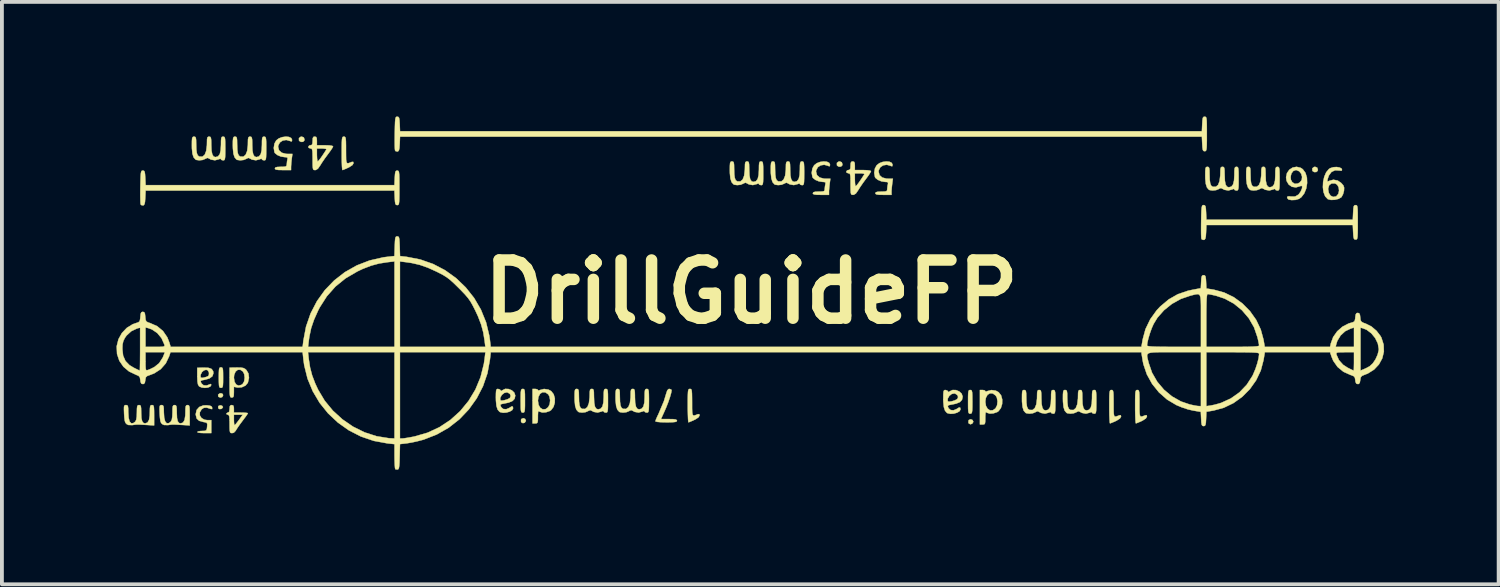
<source format=kicad_pcb>
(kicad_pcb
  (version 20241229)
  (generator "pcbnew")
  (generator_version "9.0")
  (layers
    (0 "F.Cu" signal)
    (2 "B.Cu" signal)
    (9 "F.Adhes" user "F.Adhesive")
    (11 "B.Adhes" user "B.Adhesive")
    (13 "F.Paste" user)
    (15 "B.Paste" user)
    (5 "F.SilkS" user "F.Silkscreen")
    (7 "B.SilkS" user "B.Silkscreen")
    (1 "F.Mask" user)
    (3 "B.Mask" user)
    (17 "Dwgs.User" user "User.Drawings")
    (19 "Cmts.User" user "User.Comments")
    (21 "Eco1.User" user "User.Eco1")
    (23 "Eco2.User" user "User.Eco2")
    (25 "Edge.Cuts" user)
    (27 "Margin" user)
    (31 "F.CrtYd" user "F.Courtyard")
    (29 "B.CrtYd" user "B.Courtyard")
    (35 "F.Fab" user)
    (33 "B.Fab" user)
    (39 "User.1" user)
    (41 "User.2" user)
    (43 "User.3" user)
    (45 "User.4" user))
  (footprint "DrillGuideFP"
    (layer "F.Cu")
    (at 16.62 4.591)
    (property "Reference" "DrillGuideFP" (at 0 0 0) (layer "F.SilkS") (effects (font (size 1.524 1.524) (thickness 0.3))))
    (attr through_hole)
    (fp_poly (pts (xy -13.857 2.981) (xy -13.834 3.013) (xy -13.836 3.027) (xy -13.871 3.063) (xy -13.922 3.069) (xy -13.956 3.047) (xy -13.958 3.001) (xy -13.947 2.985) (xy -13.903 2.969) (xy -13.857 2.981)) (stroke (width 0.01) (type solid)) (fill yes) (layer "F.SilkS"))
    (fp_poly (pts (xy -13.838 2.674) (xy -13.829 2.709) (xy -13.851 2.752) (xy -13.898 2.768) (xy -13.946 2.75) (xy -13.956 2.738) (xy -13.96 2.691) (xy -13.921 2.659) (xy -13.884 2.653) (xy -13.838 2.674)) (stroke (width 0.01) (type solid)) (fill yes) (layer "F.SilkS"))
    (fp_poly (pts (xy -11.716 -4.042) (xy -11.699 -3.987) (xy -11.705 -3.958) (xy -11.739 -3.928) (xy -11.793 -3.927) (xy -11.837 -3.953) (xy -11.843 -3.964) (xy -11.844 -4.025) (xy -11.799 -4.06) (xy -11.77 -4.064) (xy -11.716 -4.042)) (stroke (width 0.01) (type solid)) (fill yes) (layer "F.SilkS"))
    (fp_poly (pts (xy -5.923 3.326) (xy -5.903 3.37) (xy -5.904 3.379) (xy -5.933 3.424) (xy -5.981 3.437) (xy -6.022 3.414) (xy -6.029 3.401) (xy -6.03 3.346) (xy -6.017 3.325) (xy -5.969 3.306) (xy -5.923 3.326)) (stroke (width 0.01) (type solid)) (fill yes) (layer "F.SilkS"))
    (fp_poly (pts (xy 2.367 -3.393) (xy 2.384 -3.338) (xy 2.378 -3.309) (xy 2.344 -3.279) (xy 2.29 -3.278) (xy 2.246 -3.304) (xy 2.24 -3.315) (xy 2.239 -3.376) (xy 2.284 -3.411) (xy 2.313 -3.415) (xy 2.367 -3.393)) (stroke (width 0.01) (type solid)) (fill yes) (layer "F.SilkS"))
    (fp_poly (pts (xy 5.79 3.354) (xy 5.81 3.398) (xy 5.808 3.407) (xy 5.779 3.452) (xy 5.732 3.466) (xy 5.69 3.442) (xy 5.683 3.429) (xy 5.683 3.374) (xy 5.695 3.353) (xy 5.743 3.335) (xy 5.79 3.354)) (stroke (width 0.01) (type solid)) (fill yes) (layer "F.SilkS"))
    (fp_poly (pts (xy 14.813 -3.252) (xy 14.83 -3.196) (xy 14.824 -3.168) (xy 14.79 -3.138) (xy 14.736 -3.136) (xy 14.692 -3.163) (xy 14.686 -3.174) (xy 14.685 -3.235) (xy 14.73 -3.27) (xy 14.759 -3.274) (xy 14.813 -3.252)) (stroke (width 0.01) (type solid)) (fill yes) (layer "F.SilkS"))
    (fp_poly (pts (xy -13.859 1.98) (xy -13.843 1.999) (xy -13.833 2.043) (xy -13.83 2.124) (xy -13.829 2.244) (xy -13.83 2.368) (xy -13.834 2.447) (xy -13.843 2.49) (xy -13.86 2.508) (xy -13.885 2.512) (xy -13.912 2.508) (xy -13.928 2.489) (xy -13.937 2.444) (xy -13.941 2.363) (xy -13.942 2.244) (xy -13.941 2.119) (xy -13.937 2.04) (xy -13.927 1.997) (xy -13.911 1.979) (xy -13.885 1.976) (xy -13.859 1.98)) (stroke (width 0.01) (type solid)) (fill yes) (layer "F.SilkS"))
    (fp_poly (pts (xy -5.958 2.544) (xy -5.942 2.561) (xy -5.933 2.601) (xy -5.928 2.675) (xy -5.927 2.792) (xy -5.927 2.85) (xy -5.927 2.986) (xy -5.93 3.075) (xy -5.938 3.128) (xy -5.951 3.153) (xy -5.972 3.161) (xy -5.983 3.161) (xy -6.008 3.157) (xy -6.024 3.14) (xy -6.034 3.099) (xy -6.038 3.026) (xy -6.039 2.909) (xy -6.04 2.85) (xy -6.039 2.715) (xy -6.036 2.625) (xy -6.028 2.573) (xy -6.015 2.548) (xy -5.994 2.54) (xy -5.983 2.54) (xy -5.958 2.544)) (stroke (width 0.01) (type solid)) (fill yes) (layer "F.SilkS"))
    (fp_poly (pts (xy 5.754 2.572) (xy 5.77 2.589) (xy 5.78 2.63) (xy 5.784 2.703) (xy 5.785 2.82) (xy 5.786 2.879) (xy 5.785 3.015) (xy 5.782 3.104) (xy 5.774 3.156) (xy 5.761 3.181) (xy 5.74 3.189) (xy 5.729 3.189) (xy 5.704 3.186) (xy 5.688 3.168) (xy 5.679 3.128) (xy 5.674 3.054) (xy 5.673 2.937) (xy 5.673 2.879) (xy 5.673 2.743) (xy 5.676 2.654) (xy 5.684 2.601) (xy 5.697 2.576) (xy 5.718 2.569) (xy 5.729 2.568) (xy 5.754 2.572)) (stroke (width 0.01) (type solid)) (fill yes) (layer "F.SilkS"))
    (fp_poly (pts (xy -2.099 2.556) (xy -2.088 2.577) (xy -2.1 2.646) (xy -2.13 2.752) (xy -2.174 2.881) (xy -2.228 3.02) (xy -2.272 3.121) (xy -2.367 3.33) (xy -2.157 3.33) (xy -2.046 3.332) (xy -1.981 3.341) (xy -1.952 3.357) (xy -1.947 3.373) (xy -1.957 3.392) (xy -1.991 3.405) (xy -2.059 3.412) (xy -2.171 3.415) (xy -2.23 3.415) (xy -2.366 3.412) (xy -2.46 3.404) (xy -2.508 3.392) (xy -2.512 3.386) (xy -2.5 3.347) (xy -2.469 3.275) (xy -2.431 3.195) (xy -2.29 2.862) (xy -2.229 2.66) (xy -2.202 2.579) (xy -2.167 2.544) (xy -2.144 2.54) (xy -2.099 2.556)) (stroke (width 0.01) (type solid)) (fill yes) (layer "F.SilkS"))
    (fp_poly (pts (xy -10.645 -4.061) (xy -10.629 -4.045) (xy -10.619 -4.008) (xy -10.614 -3.94) (xy -10.612 -3.832) (xy -10.612 -3.708) (xy -10.611 -3.558) (xy -10.609 -3.456) (xy -10.599 -3.396) (xy -10.58 -3.369) (xy -10.547 -3.369) (xy -10.497 -3.387) (xy -10.463 -3.401) (xy -10.424 -3.404) (xy -10.415 -3.369) (xy -10.444 -3.319) (xy -10.527 -3.265) (xy -10.552 -3.253) (xy -10.631 -3.217) (xy -10.689 -3.194) (xy -10.706 -3.189) (xy -10.712 -3.216) (xy -10.718 -3.289) (xy -10.722 -3.4) (xy -10.724 -3.538) (xy -10.724 -3.627) (xy -10.724 -3.792) (xy -10.722 -3.91) (xy -10.718 -3.988) (xy -10.71 -4.034) (xy -10.698 -4.056) (xy -10.68 -4.063) (xy -10.668 -4.064) (xy -10.645 -4.061)) (stroke (width 0.01) (type solid)) (fill yes) (layer "F.SilkS"))
    (fp_poly (pts (xy -1.585 2.543) (xy -1.569 2.559) (xy -1.56 2.596) (xy -1.555 2.664) (xy -1.553 2.772) (xy -1.552 2.896) (xy -1.552 3.046) (xy -1.549 3.148) (xy -1.54 3.208) (xy -1.521 3.235) (xy -1.488 3.235) (xy -1.437 3.217) (xy -1.404 3.203) (xy -1.365 3.2) (xy -1.356 3.235) (xy -1.385 3.285) (xy -1.467 3.339) (xy -1.493 3.351) (xy -1.572 3.387) (xy -1.629 3.41) (xy -1.647 3.415) (xy -1.653 3.388) (xy -1.658 3.315) (xy -1.662 3.204) (xy -1.665 3.066) (xy -1.665 2.977) (xy -1.665 2.812) (xy -1.663 2.694) (xy -1.659 2.616) (xy -1.651 2.57) (xy -1.639 2.548) (xy -1.621 2.541) (xy -1.609 2.54) (xy -1.585 2.543)) (stroke (width 0.01) (type solid)) (fill yes) (layer "F.SilkS"))
    (fp_poly (pts (xy 9.45 2.571) (xy 9.465 2.587) (xy 9.475 2.624) (xy 9.48 2.692) (xy 9.482 2.8) (xy 9.483 2.924) (xy 9.483 3.075) (xy 9.486 3.176) (xy 9.495 3.236) (xy 9.514 3.263) (xy 9.547 3.264) (xy 9.598 3.245) (xy 9.631 3.232) (xy 9.67 3.228) (xy 9.679 3.264) (xy 9.65 3.313) (xy 9.568 3.367) (xy 9.542 3.38) (xy 9.463 3.415) (xy 9.405 3.438) (xy 9.388 3.443) (xy 9.382 3.416) (xy 9.377 3.343) (xy 9.372 3.232) (xy 9.37 3.094) (xy 9.37 3.006) (xy 9.37 2.84) (xy 9.372 2.722) (xy 9.376 2.645) (xy 9.384 2.599) (xy 9.396 2.576) (xy 9.414 2.569) (xy 9.426 2.568) (xy 9.45 2.571)) (stroke (width 0.01) (type solid)) (fill yes) (layer "F.SilkS"))
    (fp_poly (pts (xy 10.127 2.571) (xy 10.143 2.587) (xy 10.153 2.624) (xy 10.158 2.692) (xy 10.16 2.8) (xy 10.16 2.924) (xy 10.16 3.075) (xy 10.163 3.176) (xy 10.172 3.236) (xy 10.192 3.263) (xy 10.225 3.264) (xy 10.275 3.245) (xy 10.308 3.232) (xy 10.348 3.228) (xy 10.356 3.264) (xy 10.328 3.313) (xy 10.245 3.367) (xy 10.22 3.38) (xy 10.14 3.415) (xy 10.083 3.438) (xy 10.066 3.443) (xy 10.059 3.416) (xy 10.054 3.343) (xy 10.05 3.232) (xy 10.047 3.094) (xy 10.047 3.006) (xy 10.047 2.84) (xy 10.049 2.722) (xy 10.053 2.645) (xy 10.061 2.599) (xy 10.074 2.576) (xy 10.092 2.569) (xy 10.104 2.568) (xy 10.127 2.571)) (stroke (width 0.01) (type solid)) (fill yes) (layer "F.SilkS"))
    (fp_poly (pts (xy -14.171 2.98) (xy -14.128 3.003) (xy -14.116 3.031) (xy -14.117 3.069) (xy -14.153 3.064) (xy -14.158 3.063) (xy -14.259 3.03) (xy -14.333 3.035) (xy -14.391 3.073) (xy -14.439 3.153) (xy -14.439 3.233) (xy -14.397 3.301) (xy -14.318 3.347) (xy -14.238 3.358) (xy -14.139 3.358) (xy -14.139 3.697) (xy -14.323 3.697) (xy -14.419 3.693) (xy -14.484 3.683) (xy -14.506 3.669) (xy -14.481 3.652) (xy -14.417 3.642) (xy -14.382 3.641) (xy -14.305 3.638) (xy -14.268 3.622) (xy -14.253 3.578) (xy -14.248 3.531) (xy -14.244 3.459) (xy -14.261 3.426) (xy -14.313 3.411) (xy -14.347 3.406) (xy -14.457 3.375) (xy -14.521 3.315) (xy -14.545 3.219) (xy -14.546 3.2) (xy -14.522 3.091) (xy -14.454 3.014) (xy -14.349 2.973) (xy -14.256 2.969) (xy -14.171 2.98)) (stroke (width 0.01) (type solid)) (fill yes) (layer "F.SilkS"))
    (fp_poly (pts (xy -13.368 1.982) (xy -13.3 1.993) (xy -13.251 2.018) (xy -13.22 2.046) (xy -13.166 2.137) (xy -13.152 2.252) (xy -13.18 2.373) (xy -13.183 2.382) (xy -13.244 2.453) (xy -13.338 2.497) (xy -13.446 2.505) (xy -13.462 2.502) (xy -13.547 2.485) (xy -13.547 2.625) (xy -13.55 2.71) (xy -13.562 2.752) (xy -13.59 2.765) (xy -13.603 2.766) (xy -13.626 2.763) (xy -13.641 2.748) (xy -13.651 2.713) (xy -13.657 2.649) (xy -13.659 2.547) (xy -13.66 2.398) (xy -13.66 2.375) (xy -13.66 2.246) (xy -13.547 2.246) (xy -13.53 2.354) (xy -13.487 2.426) (xy -13.424 2.454) (xy -13.35 2.434) (xy -13.316 2.409) (xy -13.278 2.342) (xy -13.264 2.249) (xy -13.276 2.154) (xy -13.311 2.084) (xy -13.38 2.038) (xy -13.446 2.041) (xy -13.503 2.087) (xy -13.539 2.17) (xy -13.547 2.246) (xy -13.66 2.246) (xy -13.66 1.984) (xy -13.474 1.981) (xy -13.368 1.982)) (stroke (width 0.01) (type solid)) (fill yes) (layer "F.SilkS"))
    (fp_poly (pts (xy -14.21 1.989) (xy -14.129 2.019) (xy -14.09 2.076) (xy -14.083 2.128) (xy -14.109 2.208) (xy -14.186 2.266) (xy -14.302 2.3) (xy -14.381 2.314) (xy -14.414 2.331) (xy -14.412 2.362) (xy -14.392 2.401) (xy -14.339 2.446) (xy -14.26 2.451) (xy -14.194 2.426) (xy -14.151 2.411) (xy -14.139 2.436) (xy -14.139 2.437) (xy -14.164 2.478) (xy -14.225 2.504) (xy -14.306 2.513) (xy -14.388 2.504) (xy -14.453 2.476) (xy -14.462 2.467) (xy -14.487 2.423) (xy -14.501 2.346) (xy -14.506 2.224) (xy -14.506 2.21) (xy -14.422 2.21) (xy -14.413 2.244) (xy -14.377 2.251) (xy -14.33 2.243) (xy -14.26 2.223) (xy -14.216 2.202) (xy -14.215 2.202) (xy -14.2 2.159) (xy -14.2 2.113) (xy -14.227 2.056) (xy -14.274 2.039) (xy -14.33 2.055) (xy -14.381 2.098) (xy -14.415 2.163) (xy -14.422 2.21) (xy -14.506 2.21) (xy -14.506 2.205) (xy -14.506 1.988) (xy -14.338 1.983) (xy -14.21 1.989)) (stroke (width 0.01) (type solid)) (fill yes) (layer "F.SilkS"))
    (fp_poly (pts (xy -5.606 2.55) (xy -5.588 2.569) (xy -5.571 2.584) (xy -5.533 2.569) (xy -5.427 2.541) (xy -5.314 2.558) (xy -5.24 2.598) (xy -5.176 2.68) (xy -5.145 2.788) (xy -5.147 2.904) (xy -5.18 3.012) (xy -5.243 3.095) (xy -5.277 3.118) (xy -5.375 3.152) (xy -5.47 3.158) (xy -5.542 3.137) (xy -5.554 3.127) (xy -5.573 3.12) (xy -5.584 3.152) (xy -5.588 3.23) (xy -5.588 3.268) (xy -5.589 3.364) (xy -5.597 3.416) (xy -5.616 3.438) (xy -5.652 3.443) (xy -5.659 3.443) (xy -5.729 3.443) (xy -5.729 2.846) (xy -5.588 2.846) (xy -5.571 2.957) (xy -5.527 3.035) (xy -5.463 3.075) (xy -5.39 3.071) (xy -5.321 3.021) (xy -5.279 2.94) (xy -5.268 2.837) (xy -5.286 2.738) (xy -5.318 2.683) (xy -5.393 2.63) (xy -5.467 2.627) (xy -5.531 2.668) (xy -5.574 2.748) (xy -5.588 2.846) (xy -5.729 2.846) (xy -5.729 2.54) (xy -5.659 2.54) (xy -5.606 2.55)) (stroke (width 0.01) (type solid)) (fill yes) (layer "F.SilkS"))
    (fp_poly (pts (xy 6.107 2.578) (xy 6.124 2.597) (xy 6.141 2.612) (xy 6.179 2.597) (xy 6.285 2.57) (xy 6.398 2.586) (xy 6.472 2.626) (xy 6.537 2.708) (xy 6.567 2.816) (xy 6.565 2.933) (xy 6.532 3.041) (xy 6.469 3.124) (xy 6.435 3.147) (xy 6.338 3.18) (xy 6.242 3.187) (xy 6.17 3.165) (xy 6.158 3.155) (xy 6.139 3.148) (xy 6.129 3.18) (xy 6.124 3.258) (xy 6.124 3.296) (xy 6.123 3.392) (xy 6.115 3.445) (xy 6.096 3.467) (xy 6.06 3.471) (xy 6.054 3.471) (xy 5.983 3.471) (xy 5.983 2.874) (xy 6.124 2.874) (xy 6.141 2.985) (xy 6.186 3.063) (xy 6.249 3.103) (xy 6.322 3.099) (xy 6.392 3.049) (xy 6.433 2.968) (xy 6.444 2.865) (xy 6.426 2.766) (xy 6.394 2.712) (xy 6.319 2.658) (xy 6.245 2.655) (xy 6.181 2.696) (xy 6.138 2.776) (xy 6.124 2.874) (xy 5.983 2.874) (xy 5.983 2.568) (xy 6.054 2.568) (xy 6.107 2.578)) (stroke (width 0.01) (type solid)) (fill yes) (layer "F.SilkS"))
    (fp_poly (pts (xy -13.564 2.974) (xy -13.549 3.018) (xy -13.547 3.062) (xy -13.547 3.161) (xy -13.363 3.161) (xy -13.27 3.163) (xy -13.204 3.169) (xy -13.18 3.176) (xy -13.196 3.204) (xy -13.238 3.265) (xy -13.3 3.348) (xy -13.324 3.38) (xy -13.395 3.475) (xy -13.455 3.562) (xy -13.493 3.623) (xy -13.498 3.633) (xy -13.549 3.687) (xy -13.594 3.697) (xy -13.626 3.694) (xy -13.645 3.679) (xy -13.655 3.639) (xy -13.659 3.564) (xy -13.66 3.457) (xy -13.661 3.337) (xy -13.668 3.264) (xy -13.681 3.227) (xy -13.702 3.217) (xy -13.547 3.217) (xy -13.547 3.36) (xy -13.543 3.438) (xy -13.533 3.484) (xy -13.525 3.489) (xy -13.498 3.461) (xy -13.45 3.4) (xy -13.41 3.347) (xy -13.317 3.217) (xy -13.547 3.217) (xy -13.702 3.217) (xy -13.739 3.202) (xy -13.744 3.189) (xy -13.721 3.164) (xy -13.702 3.161) (xy -13.671 3.139) (xy -13.66 3.071) (xy -13.66 3.062) (xy -13.653 2.994) (xy -13.629 2.967) (xy -13.603 2.963) (xy -13.564 2.974)) (stroke (width 0.01) (type solid)) (fill yes) (layer "F.SilkS"))
    (fp_poly (pts (xy -12.105 -4.056) (xy -12.045 -4.026) (xy -12.023 -3.978) (xy -12.031 -3.939) (xy -12.064 -3.944) (xy -12.077 -3.95) (xy -12.175 -3.977) (xy -12.268 -3.962) (xy -12.343 -3.912) (xy -12.385 -3.834) (xy -12.39 -3.796) (xy -12.365 -3.706) (xy -12.295 -3.643) (xy -12.186 -3.614) (xy -12.146 -3.612) (xy -12.015 -3.612) (xy -12.033 -3.482) (xy -12.044 -3.382) (xy -12.05 -3.292) (xy -12.051 -3.27) (xy -12.051 -3.189) (xy -12.263 -3.189) (xy -12.374 -3.191) (xy -12.44 -3.199) (xy -12.469 -3.215) (xy -12.474 -3.231) (xy -12.46 -3.257) (xy -12.411 -3.27) (xy -12.319 -3.274) (xy -12.23 -3.276) (xy -12.183 -3.286) (xy -12.166 -3.31) (xy -12.163 -3.337) (xy -12.155 -3.419) (xy -12.146 -3.464) (xy -12.141 -3.508) (xy -12.169 -3.525) (xy -12.218 -3.528) (xy -12.316 -3.543) (xy -12.407 -3.581) (xy -12.471 -3.632) (xy -12.485 -3.656) (xy -12.503 -3.767) (xy -12.485 -3.881) (xy -12.439 -3.965) (xy -12.37 -4.018) (xy -12.282 -4.051) (xy -12.188 -4.064) (xy -12.105 -4.056)) (stroke (width 0.01) (type solid)) (fill yes) (layer "F.SilkS"))
    (fp_poly (pts (xy 1.978 -3.407) (xy 2.038 -3.377) (xy 2.06 -3.329) (xy 2.052 -3.289) (xy 2.018 -3.294) (xy 2.006 -3.301) (xy 1.908 -3.328) (xy 1.814 -3.313) (xy 1.739 -3.263) (xy 1.698 -3.185) (xy 1.693 -3.147) (xy 1.718 -3.056) (xy 1.788 -2.994) (xy 1.897 -2.965) (xy 1.937 -2.963) (xy 2.068 -2.963) (xy 2.05 -2.832) (xy 2.039 -2.733) (xy 2.032 -2.643) (xy 2.032 -2.621) (xy 2.032 -2.54) (xy 1.82 -2.54) (xy 1.709 -2.542) (xy 1.643 -2.55) (xy 1.614 -2.566) (xy 1.609 -2.582) (xy 1.623 -2.608) (xy 1.672 -2.621) (xy 1.764 -2.625) (xy 1.853 -2.627) (xy 1.9 -2.637) (xy 1.917 -2.66) (xy 1.919 -2.688) (xy 1.928 -2.77) (xy 1.937 -2.815) (xy 1.942 -2.859) (xy 1.914 -2.876) (xy 1.865 -2.879) (xy 1.767 -2.894) (xy 1.676 -2.932) (xy 1.612 -2.983) (xy 1.598 -3.007) (xy 1.579 -3.118) (xy 1.598 -3.232) (xy 1.644 -3.315) (xy 1.713 -3.369) (xy 1.801 -3.402) (xy 1.894 -3.414) (xy 1.978 -3.407)) (stroke (width 0.01) (type solid)) (fill yes) (layer "F.SilkS"))
    (fp_poly (pts (xy 3.615 -3.407) (xy 3.675 -3.377) (xy 3.697 -3.329) (xy 3.689 -3.289) (xy 3.655 -3.294) (xy 3.643 -3.301) (xy 3.545 -3.328) (xy 3.451 -3.313) (xy 3.376 -3.263) (xy 3.334 -3.185) (xy 3.33 -3.147) (xy 3.355 -3.056) (xy 3.425 -2.994) (xy 3.534 -2.965) (xy 3.574 -2.963) (xy 3.705 -2.963) (xy 3.687 -2.832) (xy 3.676 -2.733) (xy 3.669 -2.643) (xy 3.669 -2.621) (xy 3.669 -2.54) (xy 3.457 -2.54) (xy 3.346 -2.542) (xy 3.28 -2.55) (xy 3.25 -2.566) (xy 3.246 -2.582) (xy 3.259 -2.608) (xy 3.308 -2.621) (xy 3.401 -2.625) (xy 3.49 -2.627) (xy 3.536 -2.637) (xy 3.554 -2.66) (xy 3.556 -2.688) (xy 3.564 -2.77) (xy 3.574 -2.815) (xy 3.579 -2.859) (xy 3.551 -2.876) (xy 3.501 -2.879) (xy 3.404 -2.894) (xy 3.313 -2.932) (xy 3.249 -2.983) (xy 3.235 -3.007) (xy 3.216 -3.118) (xy 3.235 -3.232) (xy 3.281 -3.315) (xy 3.35 -3.369) (xy 3.438 -3.402) (xy 3.531 -3.414) (xy 3.615 -3.407)) (stroke (width 0.01) (type solid)) (fill yes) (layer "F.SilkS"))
    (fp_poly (pts (xy -9.25 -3.172) (xy -9.235 -3.159) (xy -9.225 -3.127) (xy -9.219 -3.068) (xy -9.216 -2.974) (xy -9.215 -2.836) (xy -9.215 -2.723) (xy -9.215 -2.555) (xy -9.217 -2.434) (xy -9.221 -2.354) (xy -9.228 -2.306) (xy -9.24 -2.281) (xy -9.257 -2.273) (xy -9.271 -2.272) (xy -9.301 -2.278) (xy -9.32 -2.305) (xy -9.33 -2.364) (xy -9.336 -2.462) (xy -9.344 -2.653) (xy -15.858 -2.653) (xy -15.867 -2.463) (xy -15.874 -2.358) (xy -15.887 -2.297) (xy -15.908 -2.269) (xy -15.924 -2.263) (xy -15.973 -2.273) (xy -15.989 -2.292) (xy -15.993 -2.333) (xy -15.996 -2.419) (xy -15.998 -2.54) (xy -15.997 -2.684) (xy -15.996 -2.753) (xy -15.992 -2.915) (xy -15.988 -3.03) (xy -15.982 -3.105) (xy -15.973 -3.148) (xy -15.959 -3.169) (xy -15.94 -3.175) (xy -15.931 -3.175) (xy -15.901 -3.169) (xy -15.883 -3.142) (xy -15.873 -3.083) (xy -15.867 -2.985) (xy -15.858 -2.794) (xy -9.344 -2.794) (xy -9.336 -2.985) (xy -9.329 -3.086) (xy -9.319 -3.144) (xy -9.3 -3.169) (xy -9.271 -3.175) (xy -9.25 -3.172)) (stroke (width 0.01) (type solid)) (fill yes) (layer "F.SilkS"))
    (fp_poly (pts (xy 11.889 -4.583) (xy 11.904 -4.57) (xy 11.914 -4.538) (xy 11.92 -4.479) (xy 11.923 -4.385) (xy 11.924 -4.248) (xy 11.924 -4.135) (xy 11.924 -3.966) (xy 11.922 -3.845) (xy 11.918 -3.765) (xy 11.91 -3.717) (xy 11.899 -3.692) (xy 11.882 -3.684) (xy 11.867 -3.683) (xy 11.837 -3.689) (xy 11.819 -3.716) (xy 11.809 -3.775) (xy 11.803 -3.873) (xy 11.794 -4.064) (xy -9.198 -4.064) (xy -9.206 -3.874) (xy -9.213 -3.769) (xy -9.226 -3.708) (xy -9.248 -3.68) (xy -9.264 -3.674) (xy -9.313 -3.684) (xy -9.328 -3.703) (xy -9.333 -3.744) (xy -9.336 -3.83) (xy -9.337 -3.951) (xy -9.336 -4.095) (xy -9.335 -4.164) (xy -9.332 -4.327) (xy -9.328 -4.441) (xy -9.322 -4.516) (xy -9.313 -4.559) (xy -9.299 -4.58) (xy -9.279 -4.586) (xy -9.271 -4.586) (xy -9.241 -4.58) (xy -9.222 -4.553) (xy -9.212 -4.494) (xy -9.206 -4.396) (xy -9.198 -4.205) (xy 11.794 -4.205) (xy 11.803 -4.396) (xy 11.809 -4.497) (xy 11.819 -4.555) (xy 11.838 -4.581) (xy 11.867 -4.586) (xy 11.889 -4.583)) (stroke (width 0.01) (type solid)) (fill yes) (layer "F.SilkS"))
    (fp_poly (pts (xy 14.377 -3.249) (xy 14.436 -3.21) (xy 14.506 -3.115) (xy 14.544 -2.989) (xy 14.549 -2.849) (xy 14.526 -2.707) (xy 14.474 -2.578) (xy 14.397 -2.478) (xy 14.336 -2.435) (xy 14.246 -2.408) (xy 14.142 -2.403) (xy 14.062 -2.418) (xy 14.03 -2.455) (xy 14.026 -2.473) (xy 14.04 -2.499) (xy 14.089 -2.502) (xy 14.122 -2.496) (xy 14.236 -2.497) (xy 14.325 -2.549) (xy 14.379 -2.624) (xy 14.416 -2.711) (xy 14.42 -2.764) (xy 14.393 -2.777) (xy 14.367 -2.767) (xy 14.256 -2.735) (xy 14.152 -2.751) (xy 14.067 -2.81) (xy 14.012 -2.903) (xy 13.998 -2.992) (xy 14.004 -3.021) (xy 14.117 -3.021) (xy 14.124 -2.936) (xy 14.158 -2.874) (xy 14.226 -2.828) (xy 14.305 -2.836) (xy 14.359 -2.866) (xy 14.408 -2.93) (xy 14.417 -3.011) (xy 14.394 -3.092) (xy 14.342 -3.157) (xy 14.268 -3.188) (xy 14.254 -3.189) (xy 14.187 -3.165) (xy 14.14 -3.103) (xy 14.117 -3.021) (xy 14.004 -3.021) (xy 14.021 -3.108) (xy 14.083 -3.198) (xy 14.171 -3.255) (xy 14.273 -3.274) (xy 14.377 -3.249)) (stroke (width 0.01) (type solid)) (fill yes) (layer "F.SilkS"))
    (fp_poly (pts (xy 15.84 -2.269) (xy 15.855 -2.256) (xy 15.865 -2.224) (xy 15.871 -2.165) (xy 15.874 -2.071) (xy 15.875 -1.933) (xy 15.875 -1.82) (xy 15.875 -1.651) (xy 15.873 -1.531) (xy 15.869 -1.451) (xy 15.862 -1.402) (xy 15.85 -1.378) (xy 15.833 -1.37) (xy 15.819 -1.369) (xy 15.788 -1.375) (xy 15.77 -1.402) (xy 15.76 -1.461) (xy 15.754 -1.559) (xy 15.745 -1.75) (xy 11.912 -1.75) (xy 11.904 -1.56) (xy 11.897 -1.455) (xy 11.884 -1.394) (xy 11.863 -1.366) (xy 11.846 -1.36) (xy 11.797 -1.37) (xy 11.782 -1.389) (xy 11.777 -1.43) (xy 11.774 -1.516) (xy 11.773 -1.637) (xy 11.774 -1.781) (xy 11.775 -1.85) (xy 11.778 -2.012) (xy 11.782 -2.127) (xy 11.788 -2.201) (xy 11.798 -2.245) (xy 11.811 -2.266) (xy 11.831 -2.272) (xy 11.839 -2.272) (xy 11.87 -2.266) (xy 11.888 -2.239) (xy 11.898 -2.18) (xy 11.904 -2.081) (xy 11.912 -1.891) (xy 15.745 -1.891) (xy 15.754 -2.081) (xy 15.76 -2.183) (xy 15.77 -2.241) (xy 15.789 -2.266) (xy 15.819 -2.272) (xy 15.84 -2.269)) (stroke (width 0.01) (type solid)) (fill yes) (layer "F.SilkS"))
    (fp_poly (pts (xy 15.403 -3.255) (xy 15.453 -3.226) (xy 15.461 -3.209) (xy 15.458 -3.175) (xy 15.422 -3.172) (xy 15.398 -3.177) (xy 15.28 -3.183) (xy 15.186 -3.139) (xy 15.118 -3.046) (xy 15.087 -2.955) (xy 15.078 -2.901) (xy 15.093 -2.891) (xy 15.124 -2.905) (xy 15.237 -2.936) (xy 15.35 -2.914) (xy 15.443 -2.849) (xy 15.498 -2.786) (xy 15.518 -2.728) (xy 15.514 -2.647) (xy 15.49 -2.559) (xy 15.452 -2.487) (xy 15.443 -2.476) (xy 15.372 -2.435) (xy 15.274 -2.411) (xy 15.172 -2.407) (xy 15.093 -2.427) (xy 15.089 -2.429) (xy 15.021 -2.502) (xy 14.979 -2.61) (xy 14.968 -2.689) (xy 15.099 -2.689) (xy 15.117 -2.589) (xy 15.164 -2.518) (xy 15.23 -2.486) (xy 15.305 -2.499) (xy 15.316 -2.506) (xy 15.366 -2.566) (xy 15.385 -2.648) (xy 15.375 -2.734) (xy 15.337 -2.804) (xy 15.282 -2.839) (xy 15.19 -2.84) (xy 15.127 -2.794) (xy 15.1 -2.708) (xy 15.099 -2.689) (xy 14.968 -2.689) (xy 14.962 -2.741) (xy 14.968 -2.881) (xy 14.998 -3.015) (xy 15.049 -3.132) (xy 15.121 -3.217) (xy 15.155 -3.239) (xy 15.236 -3.264) (xy 15.324 -3.269) (xy 15.403 -3.255)) (stroke (width 0.01) (type solid)) (fill yes) (layer "F.SilkS"))
    (fp_poly (pts (xy -11.393 -4.055) (xy -11.377 -4.016) (xy -11.374 -3.951) (xy -11.374 -3.838) (xy -11.162 -3.838) (xy -11.05 -3.835) (xy -10.977 -3.824) (xy -10.95 -3.809) (xy -10.966 -3.774) (xy -11.009 -3.708) (xy -11.071 -3.623) (xy -11.088 -3.6) (xy -11.165 -3.496) (xy -11.236 -3.392) (xy -11.288 -3.309) (xy -11.291 -3.305) (xy -11.347 -3.225) (xy -11.401 -3.191) (xy -11.421 -3.189) (xy -11.451 -3.191) (xy -11.47 -3.205) (xy -11.48 -3.241) (xy -11.485 -3.309) (xy -11.486 -3.419) (xy -11.486 -3.471) (xy -11.487 -3.6) (xy -11.491 -3.682) (xy -11.5 -3.728) (xy -11.515 -3.749) (xy -11.54 -3.754) (xy -11.543 -3.754) (xy -11.374 -3.754) (xy -11.374 -3.584) (xy -11.37 -3.495) (xy -11.362 -3.434) (xy -11.352 -3.415) (xy -11.327 -3.437) (xy -11.281 -3.494) (xy -11.232 -3.564) (xy -11.179 -3.644) (xy -11.14 -3.706) (xy -11.124 -3.732) (xy -11.144 -3.745) (xy -11.203 -3.752) (xy -11.244 -3.754) (xy -11.374 -3.754) (xy -11.543 -3.754) (xy -11.589 -3.771) (xy -11.599 -3.796) (xy -11.576 -3.83) (xy -11.543 -3.838) (xy -11.506 -3.848) (xy -11.49 -3.886) (xy -11.486 -3.951) (xy -11.482 -4.025) (xy -11.463 -4.058) (xy -11.43 -4.064) (xy -11.393 -4.055)) (stroke (width 0.01) (type solid)) (fill yes) (layer "F.SilkS"))
    (fp_poly (pts (xy 2.69 -3.405) (xy 2.706 -3.367) (xy 2.709 -3.302) (xy 2.709 -3.189) (xy 2.921 -3.189) (xy 3.032 -3.185) (xy 3.106 -3.175) (xy 3.133 -3.16) (xy 3.116 -3.125) (xy 3.074 -3.059) (xy 3.012 -2.974) (xy 2.995 -2.951) (xy 2.918 -2.847) (xy 2.847 -2.743) (xy 2.795 -2.66) (xy 2.792 -2.655) (xy 2.736 -2.575) (xy 2.682 -2.542) (xy 2.662 -2.54) (xy 2.632 -2.542) (xy 2.613 -2.556) (xy 2.602 -2.592) (xy 2.598 -2.66) (xy 2.596 -2.77) (xy 2.596 -2.822) (xy 2.596 -2.951) (xy 2.592 -3.033) (xy 2.583 -3.079) (xy 2.568 -3.1) (xy 2.543 -3.104) (xy 2.54 -3.104) (xy 2.709 -3.104) (xy 2.709 -2.935) (xy 2.713 -2.846) (xy 2.721 -2.785) (xy 2.731 -2.766) (xy 2.756 -2.788) (xy 2.801 -2.845) (xy 2.85 -2.914) (xy 2.904 -2.995) (xy 2.943 -3.056) (xy 2.959 -3.083) (xy 2.939 -3.096) (xy 2.879 -3.103) (xy 2.839 -3.104) (xy 2.709 -3.104) (xy 2.54 -3.104) (xy 2.494 -3.122) (xy 2.484 -3.147) (xy 2.507 -3.181) (xy 2.54 -3.189) (xy 2.577 -3.199) (xy 2.593 -3.237) (xy 2.596 -3.302) (xy 2.601 -3.376) (xy 2.62 -3.408) (xy 2.653 -3.415) (xy 2.69 -3.405)) (stroke (width 0.01) (type solid)) (fill yes) (layer "F.SilkS"))
    (fp_poly (pts (xy -6.356 2.543) (xy -6.271 2.577) (xy -6.207 2.637) (xy -6.181 2.713) (xy -6.181 2.716) (xy -6.198 2.798) (xy -6.253 2.856) (xy -6.352 2.898) (xy -6.456 2.92) (xy -6.535 2.935) (xy -6.568 2.952) (xy -6.566 2.983) (xy -6.547 3.022) (xy -6.495 3.066) (xy -6.419 3.072) (xy -6.339 3.039) (xy -6.334 3.035) (xy -6.274 2.998) (xy -6.245 3.004) (xy -6.237 3.049) (xy -6.262 3.096) (xy -6.326 3.134) (xy -6.412 3.159) (xy -6.501 3.165) (xy -6.577 3.148) (xy -6.593 3.139) (xy -6.642 3.083) (xy -6.673 2.988) (xy -6.687 2.847) (xy -6.688 2.797) (xy -6.576 2.797) (xy -6.57 2.835) (xy -6.541 2.847) (xy -6.473 2.838) (xy -6.47 2.837) (xy -6.389 2.814) (xy -6.328 2.782) (xy -6.322 2.777) (xy -6.3 2.725) (xy -6.321 2.671) (xy -6.379 2.635) (xy -6.401 2.63) (xy -6.468 2.645) (xy -6.531 2.696) (xy -6.571 2.765) (xy -6.576 2.797) (xy -6.688 2.797) (xy -6.689 2.768) (xy -6.687 2.654) (xy -6.682 2.586) (xy -6.669 2.552) (xy -6.647 2.541) (xy -6.635 2.54) (xy -6.583 2.556) (xy -6.568 2.575) (xy -6.549 2.596) (xy -6.517 2.575) (xy -6.443 2.539) (xy -6.356 2.543)) (stroke (width 0.01) (type solid)) (fill yes) (layer "F.SilkS"))
    (fp_poly (pts (xy 5.357 2.571) (xy 5.441 2.606) (xy 5.505 2.665) (xy 5.531 2.741) (xy 5.531 2.745) (xy 5.514 2.826) (xy 5.459 2.885) (xy 5.36 2.926) (xy 5.256 2.948) (xy 5.177 2.963) (xy 5.144 2.981) (xy 5.146 3.011) (xy 5.166 3.05) (xy 5.218 3.094) (xy 5.293 3.1) (xy 5.373 3.067) (xy 5.378 3.063) (xy 5.438 3.026) (xy 5.468 3.033) (xy 5.475 3.077) (xy 5.45 3.124) (xy 5.386 3.162) (xy 5.3 3.187) (xy 5.211 3.193) (xy 5.135 3.176) (xy 5.12 3.168) (xy 5.07 3.111) (xy 5.039 3.016) (xy 5.025 2.876) (xy 5.024 2.825) (xy 5.136 2.825) (xy 5.143 2.863) (xy 5.171 2.875) (xy 5.239 2.866) (xy 5.242 2.866) (xy 5.323 2.842) (xy 5.384 2.81) (xy 5.39 2.806) (xy 5.413 2.753) (xy 5.391 2.7) (xy 5.334 2.663) (xy 5.312 2.658) (xy 5.244 2.673) (xy 5.181 2.724) (xy 5.142 2.793) (xy 5.136 2.825) (xy 5.024 2.825) (xy 5.024 2.796) (xy 5.025 2.683) (xy 5.03 2.614) (xy 5.043 2.58) (xy 5.065 2.569) (xy 5.078 2.568) (xy 5.129 2.584) (xy 5.145 2.603) (xy 5.164 2.625) (xy 5.195 2.603) (xy 5.269 2.568) (xy 5.357 2.571)) (stroke (width 0.01) (type solid)) (fill yes) (layer "F.SilkS"))
    (fp_poly (pts (xy -15.665 2.967) (xy -15.649 2.987) (xy -15.64 3.031) (xy -15.636 3.112) (xy -15.635 3.23) (xy -15.635 3.496) (xy -15.826 3.484) (xy -15.949 3.477) (xy -16.032 3.473) (xy -16.087 3.473) (xy -16.132 3.476) (xy -16.18 3.483) (xy -16.2 3.487) (xy -16.306 3.485) (xy -16.354 3.462) (xy -16.384 3.43) (xy -16.403 3.379) (xy -16.414 3.297) (xy -16.421 3.192) (xy -16.425 3.079) (xy -16.424 3.011) (xy -16.414 2.977) (xy -16.393 2.965) (xy -16.372 2.963) (xy -16.34 2.968) (xy -16.322 2.992) (xy -16.314 3.046) (xy -16.312 3.143) (xy -16.312 3.149) (xy -16.303 3.294) (xy -16.278 3.392) (xy -16.236 3.44) (xy -16.181 3.436) (xy -16.131 3.399) (xy -16.104 3.349) (xy -16.09 3.261) (xy -16.087 3.159) (xy -16.085 3.056) (xy -16.078 2.997) (xy -16.062 2.97) (xy -16.034 2.963) (xy -16.03 2.963) (xy -16.001 2.968) (xy -15.984 2.992) (xy -15.976 3.045) (xy -15.974 3.14) (xy -15.974 3.169) (xy -15.968 3.304) (xy -15.947 3.39) (xy -15.911 3.434) (xy -15.871 3.443) (xy -15.809 3.421) (xy -15.769 3.352) (xy -15.75 3.234) (xy -15.748 3.159) (xy -15.746 3.056) (xy -15.739 2.997) (xy -15.724 2.97) (xy -15.695 2.963) (xy -15.692 2.963) (xy -15.665 2.967)) (stroke (width 0.01) (type solid)) (fill yes) (layer "F.SilkS"))
    (fp_poly (pts (xy -14.734 2.967) (xy -14.717 2.987) (xy -14.708 3.031) (xy -14.705 3.112) (xy -14.704 3.23) (xy -14.704 3.496) (xy -14.894 3.484) (xy -15.018 3.477) (xy -15.1 3.473) (xy -15.156 3.473) (xy -15.201 3.476) (xy -15.249 3.483) (xy -15.268 3.487) (xy -15.374 3.485) (xy -15.423 3.462) (xy -15.453 3.43) (xy -15.472 3.379) (xy -15.483 3.297) (xy -15.49 3.192) (xy -15.494 3.079) (xy -15.492 3.011) (xy -15.482 2.977) (xy -15.462 2.965) (xy -15.441 2.963) (xy -15.409 2.968) (xy -15.391 2.992) (xy -15.383 3.046) (xy -15.381 3.143) (xy -15.381 3.149) (xy -15.372 3.294) (xy -15.346 3.392) (xy -15.305 3.44) (xy -15.249 3.436) (xy -15.2 3.399) (xy -15.173 3.349) (xy -15.159 3.261) (xy -15.155 3.159) (xy -15.154 3.056) (xy -15.147 2.997) (xy -15.131 2.97) (xy -15.102 2.963) (xy -15.099 2.963) (xy -15.07 2.968) (xy -15.053 2.992) (xy -15.045 3.045) (xy -15.042 3.14) (xy -15.042 3.169) (xy -15.036 3.304) (xy -15.016 3.39) (xy -14.979 3.434) (xy -14.94 3.443) (xy -14.878 3.421) (xy -14.838 3.352) (xy -14.819 3.234) (xy -14.817 3.159) (xy -14.815 3.056) (xy -14.808 2.997) (xy -14.792 2.97) (xy -14.764 2.963) (xy -14.76 2.963) (xy -14.734 2.967)) (stroke (width 0.01) (type solid)) (fill yes) (layer "F.SilkS"))
    (fp_poly (pts (xy -13.804 -4.06) (xy -13.788 -4.043) (xy -13.778 -4.003) (xy -13.774 -3.929) (xy -13.773 -3.812) (xy -13.772 -3.754) (xy -13.773 -3.618) (xy -13.776 -3.529) (xy -13.784 -3.476) (xy -13.797 -3.451) (xy -13.818 -3.443) (xy -13.829 -3.443) (xy -13.875 -3.455) (xy -13.885 -3.472) (xy -13.903 -3.487) (xy -13.94 -3.472) (xy -14.043 -3.445) (xy -14.147 -3.463) (xy -14.183 -3.483) (xy -14.234 -3.508) (xy -14.28 -3.492) (xy -14.294 -3.483) (xy -14.364 -3.454) (xy -14.453 -3.444) (xy -14.531 -3.455) (xy -14.551 -3.465) (xy -14.601 -3.521) (xy -14.632 -3.616) (xy -14.646 -3.757) (xy -14.647 -3.836) (xy -14.646 -3.949) (xy -14.641 -4.017) (xy -14.628 -4.051) (xy -14.606 -4.063) (xy -14.591 -4.064) (xy -14.561 -4.058) (xy -14.544 -4.034) (xy -14.536 -3.977) (xy -14.534 -3.877) (xy -14.534 -3.873) (xy -14.53 -3.729) (xy -14.517 -3.632) (xy -14.493 -3.573) (xy -14.456 -3.544) (xy -14.451 -3.542) (xy -14.371 -3.54) (xy -14.311 -3.59) (xy -14.272 -3.69) (xy -14.253 -3.84) (xy -14.252 -3.899) (xy -14.25 -3.992) (xy -14.241 -4.042) (xy -14.219 -4.061) (xy -14.196 -4.064) (xy -14.167 -4.059) (xy -14.15 -4.036) (xy -14.142 -3.984) (xy -14.139 -3.891) (xy -14.139 -3.85) (xy -14.133 -3.7) (xy -14.113 -3.6) (xy -14.078 -3.544) (xy -14.03 -3.528) (xy -13.963 -3.546) (xy -13.917 -3.604) (xy -13.893 -3.707) (xy -13.885 -3.848) (xy -13.884 -3.957) (xy -13.878 -4.022) (xy -13.865 -4.054) (xy -13.841 -4.064) (xy -13.829 -4.064) (xy -13.804 -4.06)) (stroke (width 0.01) (type solid)) (fill yes) (layer "F.SilkS"))
    (fp_poly (pts (xy -12.732 -4.06) (xy -12.716 -4.043) (xy -12.706 -4.003) (xy -12.701 -3.929) (xy -12.7 -3.812) (xy -12.7 -3.754) (xy -12.701 -3.618) (xy -12.704 -3.529) (xy -12.711 -3.476) (xy -12.725 -3.451) (xy -12.746 -3.443) (xy -12.756 -3.443) (xy -12.802 -3.455) (xy -12.813 -3.472) (xy -12.83 -3.487) (xy -12.867 -3.472) (xy -12.971 -3.445) (xy -13.075 -3.463) (xy -13.111 -3.483) (xy -13.162 -3.508) (xy -13.208 -3.492) (xy -13.221 -3.483) (xy -13.292 -3.454) (xy -13.381 -3.444) (xy -13.459 -3.455) (xy -13.479 -3.465) (xy -13.528 -3.521) (xy -13.559 -3.616) (xy -13.573 -3.757) (xy -13.575 -3.836) (xy -13.574 -3.949) (xy -13.568 -4.017) (xy -13.556 -4.051) (xy -13.534 -4.063) (xy -13.518 -4.064) (xy -13.488 -4.058) (xy -13.471 -4.034) (xy -13.464 -3.977) (xy -13.462 -3.877) (xy -13.462 -3.873) (xy -13.458 -3.729) (xy -13.445 -3.632) (xy -13.421 -3.573) (xy -13.384 -3.544) (xy -13.378 -3.542) (xy -13.298 -3.54) (xy -13.239 -3.59) (xy -13.199 -3.69) (xy -13.181 -3.84) (xy -13.18 -3.899) (xy -13.178 -3.992) (xy -13.168 -4.042) (xy -13.147 -4.061) (xy -13.123 -4.064) (xy -13.095 -4.059) (xy -13.078 -4.036) (xy -13.069 -3.984) (xy -13.067 -3.891) (xy -13.067 -3.85) (xy -13.061 -3.7) (xy -13.041 -3.6) (xy -13.006 -3.544) (xy -12.957 -3.528) (xy -12.89 -3.546) (xy -12.845 -3.604) (xy -12.82 -3.707) (xy -12.813 -3.848) (xy -12.812 -3.957) (xy -12.806 -4.022) (xy -12.792 -4.054) (xy -12.768 -4.064) (xy -12.756 -4.064) (xy -12.732 -4.06)) (stroke (width 0.01) (type solid)) (fill yes) (layer "F.SilkS"))
    (fp_poly (pts (xy -3.785 2.544) (xy -3.769 2.561) (xy -3.76 2.601) (xy -3.755 2.675) (xy -3.754 2.792) (xy -3.754 2.85) (xy -3.754 2.986) (xy -3.757 3.075) (xy -3.765 3.128) (xy -3.778 3.153) (xy -3.799 3.161) (xy -3.81 3.161) (xy -3.856 3.149) (xy -3.866 3.132) (xy -3.884 3.117) (xy -3.921 3.132) (xy -4.025 3.159) (xy -4.128 3.141) (xy -4.164 3.121) (xy -4.215 3.096) (xy -4.261 3.112) (xy -4.275 3.121) (xy -4.345 3.15) (xy -4.434 3.16) (xy -4.512 3.149) (xy -4.532 3.139) (xy -4.582 3.083) (xy -4.613 2.988) (xy -4.627 2.847) (xy -4.628 2.768) (xy -4.627 2.655) (xy -4.622 2.587) (xy -4.61 2.553) (xy -4.587 2.541) (xy -4.572 2.54) (xy -4.542 2.546) (xy -4.525 2.57) (xy -4.517 2.627) (xy -4.515 2.727) (xy -4.515 2.731) (xy -4.511 2.875) (xy -4.498 2.972) (xy -4.475 3.031) (xy -4.437 3.06) (xy -4.432 3.062) (xy -4.352 3.064) (xy -4.292 3.014) (xy -4.253 2.914) (xy -4.235 2.764) (xy -4.233 2.705) (xy -4.231 2.612) (xy -4.222 2.562) (xy -4.2 2.543) (xy -4.177 2.54) (xy -4.148 2.545) (xy -4.131 2.568) (xy -4.123 2.62) (xy -4.121 2.713) (xy -4.12 2.754) (xy -4.114 2.904) (xy -4.095 3.004) (xy -4.059 3.06) (xy -4.011 3.076) (xy -3.944 3.058) (xy -3.899 3) (xy -3.874 2.897) (xy -3.866 2.756) (xy -3.865 2.647) (xy -3.859 2.582) (xy -3.846 2.55) (xy -3.822 2.54) (xy -3.81 2.54) (xy -3.785 2.544)) (stroke (width 0.01) (type solid)) (fill yes) (layer "F.SilkS"))
    (fp_poly (pts (xy -2.713 2.544) (xy -2.697 2.561) (xy -2.687 2.601) (xy -2.683 2.675) (xy -2.681 2.792) (xy -2.681 2.85) (xy -2.682 2.986) (xy -2.685 3.075) (xy -2.692 3.128) (xy -2.706 3.153) (xy -2.727 3.161) (xy -2.738 3.161) (xy -2.783 3.149) (xy -2.794 3.132) (xy -2.811 3.117) (xy -2.849 3.132) (xy -2.952 3.159) (xy -3.056 3.141) (xy -3.092 3.121) (xy -3.143 3.096) (xy -3.189 3.112) (xy -3.202 3.121) (xy -3.273 3.15) (xy -3.362 3.16) (xy -3.44 3.149) (xy -3.46 3.139) (xy -3.509 3.083) (xy -3.54 2.988) (xy -3.555 2.847) (xy -3.556 2.768) (xy -3.555 2.655) (xy -3.549 2.587) (xy -3.537 2.553) (xy -3.515 2.541) (xy -3.5 2.54) (xy -3.469 2.546) (xy -3.452 2.57) (xy -3.445 2.627) (xy -3.443 2.727) (xy -3.443 2.731) (xy -3.439 2.875) (xy -3.426 2.972) (xy -3.402 3.031) (xy -3.365 3.06) (xy -3.359 3.062) (xy -3.28 3.064) (xy -3.22 3.014) (xy -3.18 2.914) (xy -3.162 2.764) (xy -3.161 2.705) (xy -3.159 2.612) (xy -3.149 2.562) (xy -3.128 2.543) (xy -3.104 2.54) (xy -3.076 2.545) (xy -3.059 2.568) (xy -3.051 2.62) (xy -3.048 2.713) (xy -3.048 2.754) (xy -3.042 2.904) (xy -3.022 3.004) (xy -2.987 3.06) (xy -2.938 3.076) (xy -2.871 3.058) (xy -2.826 3) (xy -2.801 2.897) (xy -2.794 2.756) (xy -2.793 2.647) (xy -2.787 2.582) (xy -2.773 2.55) (xy -2.749 2.54) (xy -2.738 2.54) (xy -2.713 2.544)) (stroke (width 0.01) (type solid)) (fill yes) (layer "F.SilkS"))
    (fp_poly (pts (xy 0.279 -3.411) (xy 0.295 -3.394) (xy 0.304 -3.353) (xy 0.309 -3.28) (xy 0.31 -3.163) (xy 0.31 -3.104) (xy 0.31 -2.969) (xy 0.307 -2.879) (xy 0.299 -2.827) (xy 0.286 -2.802) (xy 0.265 -2.794) (xy 0.254 -2.794) (xy 0.208 -2.806) (xy 0.198 -2.823) (xy 0.18 -2.838) (xy 0.143 -2.823) (xy 0.039 -2.796) (xy -0.064 -2.814) (xy -0.1 -2.834) (xy -0.151 -2.859) (xy -0.197 -2.843) (xy -0.211 -2.834) (xy -0.281 -2.805) (xy -0.37 -2.795) (xy -0.448 -2.806) (xy -0.468 -2.816) (xy -0.518 -2.872) (xy -0.549 -2.967) (xy -0.563 -3.108) (xy -0.564 -3.187) (xy -0.563 -3.3) (xy -0.558 -3.368) (xy -0.546 -3.402) (xy -0.523 -3.414) (xy -0.508 -3.415) (xy -0.478 -3.409) (xy -0.461 -3.385) (xy -0.453 -3.328) (xy -0.451 -3.228) (xy -0.451 -3.224) (xy -0.447 -3.08) (xy -0.434 -2.983) (xy -0.411 -2.924) (xy -0.373 -2.895) (xy -0.368 -2.893) (xy -0.288 -2.891) (xy -0.228 -2.941) (xy -0.189 -3.041) (xy -0.171 -3.19) (xy -0.169 -3.25) (xy -0.167 -3.343) (xy -0.158 -3.393) (xy -0.136 -3.412) (xy -0.113 -3.415) (xy -0.084 -3.41) (xy -0.067 -3.387) (xy -0.059 -3.335) (xy -0.057 -3.242) (xy -0.056 -3.201) (xy -0.05 -3.051) (xy -0.031 -2.95) (xy 0.005 -2.895) (xy 0.053 -2.879) (xy 0.12 -2.897) (xy 0.165 -2.955) (xy 0.19 -3.058) (xy 0.198 -3.198) (xy 0.199 -3.308) (xy 0.205 -3.373) (xy 0.218 -3.405) (xy 0.242 -3.414) (xy 0.254 -3.415) (xy 0.279 -3.411)) (stroke (width 0.01) (type solid)) (fill yes) (layer "F.SilkS"))
    (fp_poly (pts (xy 1.351 -3.411) (xy 1.367 -3.394) (xy 1.377 -3.353) (xy 1.381 -3.28) (xy 1.383 -3.163) (xy 1.383 -3.104) (xy 1.382 -2.969) (xy 1.379 -2.879) (xy 1.372 -2.827) (xy 1.358 -2.802) (xy 1.337 -2.794) (xy 1.326 -2.794) (xy 1.281 -2.806) (xy 1.27 -2.823) (xy 1.253 -2.838) (xy 1.215 -2.823) (xy 1.112 -2.796) (xy 1.008 -2.814) (xy 0.972 -2.834) (xy 0.921 -2.859) (xy 0.875 -2.843) (xy 0.862 -2.834) (xy 0.791 -2.805) (xy 0.702 -2.795) (xy 0.624 -2.806) (xy 0.604 -2.816) (xy 0.555 -2.872) (xy 0.524 -2.967) (xy 0.509 -3.108) (xy 0.508 -3.187) (xy 0.509 -3.3) (xy 0.515 -3.368) (xy 0.527 -3.402) (xy 0.549 -3.414) (xy 0.564 -3.415) (xy 0.595 -3.409) (xy 0.612 -3.385) (xy 0.619 -3.328) (xy 0.621 -3.228) (xy 0.621 -3.224) (xy 0.625 -3.08) (xy 0.638 -2.983) (xy 0.662 -2.924) (xy 0.699 -2.895) (xy 0.705 -2.893) (xy 0.784 -2.891) (xy 0.844 -2.941) (xy 0.884 -3.041) (xy 0.902 -3.19) (xy 0.903 -3.25) (xy 0.905 -3.343) (xy 0.915 -3.393) (xy 0.936 -3.412) (xy 0.96 -3.415) (xy 0.988 -3.41) (xy 1.005 -3.387) (xy 1.013 -3.335) (xy 1.016 -3.242) (xy 1.016 -3.201) (xy 1.022 -3.051) (xy 1.042 -2.95) (xy 1.077 -2.895) (xy 1.126 -2.879) (xy 1.193 -2.897) (xy 1.238 -2.955) (xy 1.263 -3.058) (xy 1.27 -3.198) (xy 1.271 -3.308) (xy 1.277 -3.373) (xy 1.291 -3.405) (xy 1.315 -3.414) (xy 1.326 -3.415) (xy 1.351 -3.411)) (stroke (width 0.01) (type solid)) (fill yes) (layer "F.SilkS"))
    (fp_poly (pts (xy 7.927 2.572) (xy 7.943 2.589) (xy 7.953 2.63) (xy 7.957 2.703) (xy 7.959 2.82) (xy 7.959 2.879) (xy 7.958 3.015) (xy 7.955 3.104) (xy 7.947 3.156) (xy 7.934 3.181) (xy 7.913 3.189) (xy 7.902 3.189) (xy 7.856 3.177) (xy 7.846 3.16) (xy 7.829 3.145) (xy 7.791 3.16) (xy 7.688 3.188) (xy 7.584 3.169) (xy 7.548 3.15) (xy 7.497 3.124) (xy 7.451 3.14) (xy 7.437 3.15) (xy 7.367 3.178) (xy 7.278 3.188) (xy 7.2 3.177) (xy 7.18 3.168) (xy 7.13 3.111) (xy 7.1 3.016) (xy 7.085 2.876) (xy 7.084 2.796) (xy 7.085 2.683) (xy 7.09 2.615) (xy 7.103 2.581) (xy 7.125 2.569) (xy 7.14 2.568) (xy 7.17 2.574) (xy 7.187 2.599) (xy 7.195 2.655) (xy 7.197 2.755) (xy 7.197 2.759) (xy 7.201 2.903) (xy 7.214 3) (xy 7.238 3.059) (xy 7.275 3.088) (xy 7.28 3.09) (xy 7.36 3.092) (xy 7.42 3.042) (xy 7.46 2.942) (xy 7.478 2.793) (xy 7.479 2.733) (xy 7.481 2.64) (xy 7.491 2.59) (xy 7.512 2.571) (xy 7.535 2.568) (xy 7.564 2.573) (xy 7.581 2.596) (xy 7.589 2.648) (xy 7.592 2.741) (xy 7.592 2.782) (xy 7.598 2.932) (xy 7.618 3.033) (xy 7.653 3.088) (xy 7.701 3.104) (xy 7.769 3.086) (xy 7.814 3.028) (xy 7.839 2.925) (xy 7.846 2.785) (xy 7.847 2.675) (xy 7.853 2.61) (xy 7.866 2.579) (xy 7.89 2.569) (xy 7.902 2.568) (xy 7.927 2.572)) (stroke (width 0.01) (type solid)) (fill yes) (layer "F.SilkS"))
    (fp_poly (pts (xy 8.999 2.572) (xy 9.016 2.589) (xy 9.025 2.63) (xy 9.03 2.703) (xy 9.031 2.82) (xy 9.031 2.879) (xy 9.03 3.015) (xy 9.027 3.104) (xy 9.02 3.156) (xy 9.007 3.181) (xy 8.985 3.189) (xy 8.975 3.189) (xy 8.929 3.177) (xy 8.918 3.16) (xy 8.901 3.145) (xy 8.864 3.16) (xy 8.76 3.188) (xy 8.656 3.169) (xy 8.62 3.15) (xy 8.569 3.124) (xy 8.524 3.14) (xy 8.51 3.15) (xy 8.44 3.178) (xy 8.351 3.188) (xy 8.272 3.177) (xy 8.252 3.168) (xy 8.203 3.111) (xy 8.172 3.016) (xy 8.158 2.876) (xy 8.156 2.796) (xy 8.157 2.683) (xy 8.163 2.615) (xy 8.175 2.581) (xy 8.197 2.569) (xy 8.213 2.568) (xy 8.243 2.574) (xy 8.26 2.599) (xy 8.268 2.655) (xy 8.269 2.755) (xy 8.269 2.759) (xy 8.274 2.903) (xy 8.286 3) (xy 8.31 3.059) (xy 8.347 3.088) (xy 8.353 3.09) (xy 8.433 3.092) (xy 8.493 3.042) (xy 8.532 2.942) (xy 8.55 2.793) (xy 8.551 2.733) (xy 8.553 2.64) (xy 8.563 2.59) (xy 8.584 2.571) (xy 8.608 2.568) (xy 8.637 2.573) (xy 8.653 2.596) (xy 8.662 2.648) (xy 8.664 2.741) (xy 8.664 2.782) (xy 8.67 2.932) (xy 8.69 3.033) (xy 8.725 3.088) (xy 8.774 3.104) (xy 8.841 3.086) (xy 8.886 3.028) (xy 8.911 2.925) (xy 8.918 2.785) (xy 8.919 2.675) (xy 8.925 2.61) (xy 8.939 2.579) (xy 8.963 2.569) (xy 8.975 2.568) (xy 8.999 2.572)) (stroke (width 0.01) (type solid)) (fill yes) (layer "F.SilkS"))
    (fp_poly (pts (xy 12.725 -3.27) (xy 12.741 -3.253) (xy 12.75 -3.212) (xy 12.755 -3.139) (xy 12.756 -3.022) (xy 12.756 -2.963) (xy 12.756 -2.827) (xy 12.753 -2.738) (xy 12.745 -2.686) (xy 12.732 -2.661) (xy 12.711 -2.653) (xy 12.7 -2.653) (xy 12.654 -2.665) (xy 12.644 -2.682) (xy 12.626 -2.697) (xy 12.589 -2.682) (xy 12.485 -2.654) (xy 12.382 -2.673) (xy 12.346 -2.692) (xy 12.295 -2.718) (xy 12.249 -2.702) (xy 12.235 -2.692) (xy 12.165 -2.664) (xy 12.076 -2.654) (xy 11.998 -2.665) (xy 11.978 -2.674) (xy 11.928 -2.731) (xy 11.897 -2.826) (xy 11.883 -2.966) (xy 11.882 -3.046) (xy 11.883 -3.159) (xy 11.888 -3.227) (xy 11.9 -3.261) (xy 11.923 -3.273) (xy 11.938 -3.274) (xy 11.968 -3.268) (xy 11.985 -3.243) (xy 11.993 -3.187) (xy 11.995 -3.087) (xy 11.995 -3.083) (xy 11.999 -2.939) (xy 12.012 -2.842) (xy 12.035 -2.783) (xy 12.073 -2.754) (xy 12.078 -2.752) (xy 12.158 -2.75) (xy 12.218 -2.8) (xy 12.257 -2.9) (xy 12.275 -3.049) (xy 12.277 -3.109) (xy 12.279 -3.202) (xy 12.288 -3.252) (xy 12.31 -3.271) (xy 12.333 -3.274) (xy 12.362 -3.269) (xy 12.379 -3.246) (xy 12.387 -3.194) (xy 12.389 -3.101) (xy 12.39 -3.06) (xy 12.396 -2.91) (xy 12.415 -2.809) (xy 12.451 -2.754) (xy 12.499 -2.738) (xy 12.566 -2.756) (xy 12.611 -2.814) (xy 12.636 -2.917) (xy 12.644 -3.057) (xy 12.645 -3.167) (xy 12.651 -3.232) (xy 12.664 -3.263) (xy 12.688 -3.273) (xy 12.7 -3.274) (xy 12.725 -3.27)) (stroke (width 0.01) (type solid)) (fill yes) (layer "F.SilkS"))
    (fp_poly (pts (xy 13.797 -3.27) (xy 13.813 -3.253) (xy 13.823 -3.212) (xy 13.827 -3.139) (xy 13.829 -3.022) (xy 13.829 -2.963) (xy 13.828 -2.827) (xy 13.825 -2.738) (xy 13.818 -2.686) (xy 13.804 -2.661) (xy 13.783 -2.653) (xy 13.772 -2.653) (xy 13.727 -2.665) (xy 13.716 -2.682) (xy 13.699 -2.697) (xy 13.661 -2.682) (xy 13.558 -2.654) (xy 13.454 -2.673) (xy 13.418 -2.692) (xy 13.367 -2.718) (xy 13.321 -2.702) (xy 13.308 -2.692) (xy 13.237 -2.664) (xy 13.148 -2.654) (xy 13.07 -2.665) (xy 13.05 -2.674) (xy 13.001 -2.731) (xy 12.97 -2.826) (xy 12.955 -2.966) (xy 12.954 -3.046) (xy 12.955 -3.159) (xy 12.961 -3.227) (xy 12.973 -3.261) (xy 12.995 -3.273) (xy 13.01 -3.274) (xy 13.041 -3.268) (xy 13.058 -3.243) (xy 13.065 -3.187) (xy 13.067 -3.087) (xy 13.067 -3.083) (xy 13.071 -2.939) (xy 13.084 -2.842) (xy 13.108 -2.783) (xy 13.145 -2.754) (xy 13.151 -2.752) (xy 13.23 -2.75) (xy 13.29 -2.8) (xy 13.33 -2.9) (xy 13.348 -3.049) (xy 13.349 -3.109) (xy 13.351 -3.202) (xy 13.361 -3.252) (xy 13.382 -3.271) (xy 13.406 -3.274) (xy 13.434 -3.269) (xy 13.451 -3.246) (xy 13.459 -3.194) (xy 13.462 -3.101) (xy 13.462 -3.06) (xy 13.468 -2.91) (xy 13.488 -2.809) (xy 13.523 -2.754) (xy 13.572 -2.738) (xy 13.639 -2.756) (xy 13.684 -2.814) (xy 13.709 -2.917) (xy 13.716 -3.057) (xy 13.717 -3.167) (xy 13.723 -3.232) (xy 13.737 -3.263) (xy 13.761 -3.273) (xy 13.772 -3.274) (xy 13.797 -3.27)) (stroke (width 0.01) (type solid)) (fill yes) (layer "F.SilkS"))
    (fp_poly (pts (xy -9.244 -1.449) (xy -9.227 -1.428) (xy -9.216 -1.38) (xy -9.21 -1.295) (xy -9.206 -1.195) (xy -9.198 -0.937) (xy -9.023 -0.917) (xy -8.668 -0.848) (xy -8.331 -0.73) (xy -8.018 -0.566) (xy -7.731 -0.36) (xy -7.477 -0.116) (xy -7.258 0.16) (xy -7.08 0.465) (xy -6.946 0.795) (xy -6.861 1.145) (xy -6.844 1.263) (xy -6.824 1.439) (xy 10.211 1.439) (xy 10.217 1.404) (xy 10.358 1.404) (xy 10.37 1.415) (xy 10.411 1.424) (xy 10.486 1.431) (xy 10.599 1.435) (xy 10.757 1.438) (xy 10.963 1.439) (xy 11.063 1.439) (xy 11.769 1.439) (xy 11.769 0.748) (xy 11.91 0.748) (xy 11.91 1.439) (xy 12.601 1.439) (xy 12.827 1.439) (xy 13.001 1.437) (xy 13.13 1.433) (xy 13.217 1.427) (xy 13.269 1.419) (xy 13.291 1.408) (xy 13.292 1.404) (xy 13.286 1.36) (xy 13.27 1.279) (xy 13.249 1.188) (xy 13.16 0.929) (xy 13.023 0.691) (xy 12.845 0.482) (xy 12.632 0.308) (xy 12.392 0.177) (xy 12.161 0.1) (xy 12.063 0.078) (xy 11.984 0.062) (xy 11.945 0.057) (xy 11.934 0.069) (xy 11.925 0.11) (xy 11.918 0.185) (xy 11.914 0.299) (xy 11.911 0.458) (xy 11.91 0.666) (xy 11.91 0.748) (xy 11.769 0.748) (xy 11.769 0.527) (xy 11.769 0.357) (xy 11.766 0.232) (xy 11.757 0.145) (xy 11.74 0.091) (xy 11.713 0.064) (xy 11.672 0.059) (xy 11.616 0.068) (xy 11.541 0.087) (xy 11.493 0.099) (xy 11.244 0.184) (xy 11.01 0.314) (xy 10.802 0.481) (xy 10.63 0.676) (xy 10.53 0.84) (xy 10.481 0.951) (xy 10.434 1.082) (xy 10.394 1.215) (xy 10.367 1.331) (xy 10.358 1.404) (xy 10.217 1.404) (xy 10.245 1.242) (xy 10.318 0.974) (xy 10.442 0.717) (xy 10.611 0.482) (xy 10.705 0.382) (xy 10.926 0.197) (xy 11.162 0.062) (xy 11.425 -0.028) (xy 11.535 -0.052) (xy 11.766 -0.096) (xy 11.775 -0.267) (xy 11.781 -0.362) (xy 11.794 -0.414) (xy 11.816 -0.435) (xy 11.839 -0.437) (xy 11.871 -0.431) (xy 11.889 -0.402) (xy 11.899 -0.339) (xy 11.904 -0.263) (xy 11.912 -0.089) (xy 12.111 -0.056) (xy 12.377 0.017) (xy 12.627 0.138) (xy 12.854 0.303) (xy 13.052 0.503) (xy 13.215 0.733) (xy 13.335 0.985) (xy 13.407 1.249) (xy 13.44 1.439) (xy 15.151 1.439) (xy 15.295 1.439) (xy 15.776 1.439) (xy 15.776 0.935) (xy 15.692 0.96) (xy 15.547 1.029) (xy 15.426 1.14) (xy 15.34 1.281) (xy 15.314 1.362) (xy 15.295 1.439) (xy 15.151 1.439) (xy 15.17 1.348) (xy 15.231 1.182) (xy 15.337 1.032) (xy 15.476 0.91) (xy 15.635 0.828) (xy 15.682 0.814) (xy 15.757 0.792) (xy 15.793 0.762) (xy 15.807 0.705) (xy 15.81 0.667) (xy 15.821 0.591) (xy 15.843 0.557) (xy 15.875 0.55) (xy 15.912 0.561) (xy 15.932 0.602) (xy 15.94 0.669) (xy 15.948 0.739) (xy 15.97 0.78) (xy 16.02 0.809) (xy 16.087 0.833) (xy 16.232 0.906) (xy 16.366 1.02) (xy 16.471 1.157) (xy 16.495 1.201) (xy 16.552 1.382) (xy 16.558 1.565) (xy 16.516 1.74) (xy 16.429 1.899) (xy 16.302 2.034) (xy 16.138 2.137) (xy 16.053 2.17) (xy 15.983 2.2) (xy 15.951 2.241) (xy 15.94 2.309) (xy 15.927 2.38) (xy 15.9 2.41) (xy 15.875 2.413) (xy 15.835 2.4) (xy 15.815 2.353) (xy 15.81 2.311) (xy 15.799 2.245) (xy 15.769 2.207) (xy 15.703 2.18) (xy 15.686 2.175) (xy 15.499 2.091) (xy 15.346 1.965) (xy 15.232 1.803) (xy 15.184 1.686) (xy 15.162 1.615) (xy 15.313 1.615) (xy 15.318 1.644) (xy 15.382 1.786) (xy 15.491 1.908) (xy 15.611 1.986) (xy 15.691 2.026) (xy 15.749 2.053) (xy 15.768 2.06) (xy 15.768 2.059) (xy 15.946 2.059) (xy 16.023 2.029) (xy 16.102 1.993) (xy 16.187 1.947) (xy 16.19 1.944) (xy 16.268 1.872) (xy 16.34 1.765) (xy 16.395 1.642) (xy 16.424 1.525) (xy 16.425 1.496) (xy 16.4 1.351) (xy 16.331 1.209) (xy 16.23 1.085) (xy 16.107 0.992) (xy 16.009 0.953) (xy 15.946 0.937) (xy 15.946 2.059) (xy 15.768 2.059) (xy 15.772 2.034) (xy 15.774 1.965) (xy 15.776 1.865) (xy 15.776 1.82) (xy 15.776 1.58) (xy 15.539 1.58) (xy 15.424 1.581) (xy 15.355 1.585) (xy 15.321 1.596) (xy 15.313 1.615) (xy 15.162 1.615) (xy 15.151 1.58) (xy 13.442 1.58) (xy 13.408 1.785) (xy 13.336 2.058) (xy 13.215 2.313) (xy 13.051 2.544) (xy 12.851 2.746) (xy 12.621 2.911) (xy 12.368 3.033) (xy 12.102 3.106) (xy 11.912 3.138) (xy 11.904 3.326) (xy 11.898 3.427) (xy 11.887 3.484) (xy 11.868 3.508) (xy 11.839 3.514) (xy 11.809 3.507) (xy 11.79 3.48) (xy 11.78 3.42) (xy 11.775 3.327) (xy 11.766 3.141) (xy 11.565 3.107) (xy 11.426 3.075) (xy 11.268 3.022) (xy 11.126 2.963) (xy 10.884 2.819) (xy 10.671 2.632) (xy 10.492 2.41) (xy 10.354 2.161) (xy 10.263 1.894) (xy 10.243 1.793) (xy 10.224 1.675) (xy 10.36 1.675) (xy 10.368 1.73) (xy 10.387 1.803) (xy 10.401 1.86) (xy 10.489 2.116) (xy 10.625 2.352) (xy 10.801 2.561) (xy 11.011 2.736) (xy 11.247 2.869) (xy 11.476 2.947) (xy 11.577 2.969) (xy 11.664 2.985) (xy 11.705 2.989) (xy 11.769 2.992) (xy 11.769 1.58) (xy 11.91 1.58) (xy 11.91 2.992) (xy 12.03 2.974) (xy 12.129 2.954) (xy 12.245 2.922) (xy 12.3 2.905) (xy 12.552 2.79) (xy 12.778 2.63) (xy 12.968 2.431) (xy 13.116 2.202) (xy 13.133 2.167) (xy 13.195 2.021) (xy 13.245 1.87) (xy 13.28 1.731) (xy 13.293 1.623) (xy 13.293 1.621) (xy 13.285 1.608) (xy 13.259 1.598) (xy 13.209 1.591) (xy 13.127 1.586) (xy 13.008 1.583) (xy 12.846 1.581) (xy 12.635 1.58) (xy 12.601 1.58) (xy 11.91 1.58) (xy 11.769 1.58) (xy 11.063 1.58) (xy 10.84 1.58) (xy 10.668 1.58) (xy 10.54 1.583) (xy 10.451 1.592) (xy 10.395 1.608) (xy 10.367 1.635) (xy 10.36 1.675) (xy 10.224 1.675) (xy 10.209 1.58) (xy -6.823 1.58) (xy -6.844 1.771) (xy -6.909 2.13) (xy -7.026 2.47) (xy -7.19 2.787) (xy -7.397 3.077) (xy -7.642 3.334) (xy -7.923 3.555) (xy -8.236 3.733) (xy -8.575 3.866) (xy -8.614 3.877) (xy -8.749 3.912) (xy -8.891 3.943) (xy -9.011 3.963) (xy -9.023 3.965) (xy -9.199 3.985) (xy -9.207 4.313) (xy -9.211 4.458) (xy -9.218 4.555) (xy -9.228 4.614) (xy -9.244 4.643) (xy -9.258 4.65) (xy -9.308 4.647) (xy -9.322 4.639) (xy -9.33 4.604) (xy -9.336 4.525) (xy -9.34 4.415) (xy -9.342 4.302) (xy -9.342 3.986) (xy -9.528 3.966) (xy -9.886 3.9) (xy -10.224 3.785) (xy -10.54 3.623) (xy -10.827 3.419) (xy -11.083 3.178) (xy -11.303 2.904) (xy -11.483 2.6) (xy -11.619 2.272) (xy -11.706 1.922) (xy -11.727 1.771) (xy -11.747 1.58) (xy -11.607 1.58) (xy -11.587 1.757) (xy -11.553 1.978) (xy -11.499 2.185) (xy -11.418 2.398) (xy -11.342 2.561) (xy -11.17 2.849) (xy -10.956 3.109) (xy -10.706 3.337) (xy -10.428 3.528) (xy -10.127 3.677) (xy -9.812 3.779) (xy -9.488 3.831) (xy -9.433 3.834) (xy -9.342 3.838) (xy -9.342 1.58) (xy -9.2 1.58) (xy -9.2 3.838) (xy -9.137 3.838) (xy -9.082 3.832) (xy -8.988 3.817) (xy -8.872 3.796) (xy -8.818 3.785) (xy -8.478 3.687) (xy -8.163 3.541) (xy -7.876 3.35) (xy -7.622 3.12) (xy -7.404 2.855) (xy -7.225 2.558) (xy -7.09 2.233) (xy -7.003 1.886) (xy -6.982 1.743) (xy -6.963 1.58) (xy -9.2 1.58) (xy -9.342 1.58) (xy -11.607 1.58) (xy -11.747 1.58) (xy -15.207 1.58) (xy -15.242 1.686) (xy -15.331 1.873) (xy -15.463 2.023) (xy -15.631 2.132) (xy -15.742 2.175) (xy -15.816 2.202) (xy -15.852 2.236) (xy -15.865 2.296) (xy -15.866 2.311) (xy -15.879 2.382) (xy -15.908 2.41) (xy -15.931 2.413) (xy -15.971 2.401) (xy -15.991 2.354) (xy -15.997 2.309) (xy -16.009 2.237) (xy -16.043 2.198) (xy -16.109 2.17) (xy -16.292 2.083) (xy -16.439 1.959) (xy -16.546 1.804) (xy -16.606 1.626) (xy -16.612 1.496) (xy -16.467 1.496) (xy -16.447 1.67) (xy -16.386 1.809) (xy -16.279 1.919) (xy -16.168 1.986) (xy -16.087 2.026) (xy -16.03 2.053) (xy -16.011 2.06) (xy -16.008 2.033) (xy -16.006 1.959) (xy -16.004 1.844) (xy -16.003 1.699) (xy -16.002 1.58) (xy -15.861 1.58) (xy -15.861 1.822) (xy -15.86 1.939) (xy -15.856 2.009) (xy -15.847 2.043) (xy -15.828 2.052) (xy -15.797 2.045) (xy -15.732 2.019) (xy -15.649 1.978) (xy -15.627 1.966) (xy -15.505 1.868) (xy -15.41 1.721) (xy -15.384 1.658) (xy -15.354 1.58) (xy -15.861 1.58) (xy -16.002 1.58) (xy -16.002 1.531) (xy -16.002 1.498) (xy -16.002 1.439) (xy -15.861 1.439) (xy -15.605 1.439) (xy -15.484 1.439) (xy -15.41 1.435) (xy -15.373 1.426) (xy -15.361 1.409) (xy -15.367 1.381) (xy -15.368 1.376) (xy -15.442 1.211) (xy -15.553 1.077) (xy -15.692 0.983) (xy -15.784 0.95) (xy -15.861 0.93) (xy -15.861 1.439) (xy -16.002 1.439) (xy -16.002 0.935) (xy -16.087 0.96) (xy -16.232 1.029) (xy -16.356 1.142) (xy -16.402 1.207) (xy -16.442 1.288) (xy -16.462 1.378) (xy -16.467 1.496) (xy -16.612 1.496) (xy -16.615 1.432) (xy -16.614 1.42) (xy -16.569 1.24) (xy -16.479 1.078) (xy -16.352 0.944) (xy -16.198 0.848) (xy -16.112 0.818) (xy -16.047 0.796) (xy -16.014 0.767) (xy -16.001 0.71) (xy -15.996 0.655) (xy -15.987 0.573) (xy -15.969 0.533) (xy -15.936 0.522) (xy -15.931 0.522) (xy -15.896 0.531) (xy -15.876 0.569) (xy -15.867 0.648) (xy -15.867 0.652) (xy -15.858 0.733) (xy -15.837 0.776) (xy -15.788 0.802) (xy -15.74 0.817) (xy -15.556 0.898) (xy -15.404 1.024) (xy -15.291 1.188) (xy -15.238 1.322) (xy -15.203 1.439) (xy -11.747 1.439) (xy -11.606 1.439) (xy -9.342 1.439) (xy -9.2 1.439) (xy -6.964 1.439) (xy -6.984 1.277) (xy -7.019 1.058) (xy -7.075 0.853) (xy -7.157 0.639) (xy -7.231 0.48) (xy -7.296 0.353) (xy -7.354 0.251) (xy -7.417 0.162) (xy -7.496 0.069) (xy -7.6 -0.04) (xy -7.661 -0.101) (xy -7.783 -0.221) (xy -7.881 -0.31) (xy -7.97 -0.379) (xy -8.064 -0.438) (xy -8.178 -0.498) (xy -8.241 -0.53) (xy -8.471 -0.634) (xy -8.68 -0.707) (xy -8.888 -0.755) (xy -9.038 -0.777) (xy -9.2 -0.797) (xy -9.2 1.439) (xy -9.342 1.439) (xy -9.342 -0.798) (xy -9.518 -0.778) (xy -9.745 -0.743) (xy -9.956 -0.686) (xy -10.174 -0.602) (xy -10.315 -0.535) (xy -10.623 -0.355) (xy -10.888 -0.14) (xy -11.113 0.114) (xy -11.302 0.41) (xy -11.345 0.494) (xy -11.45 0.73) (xy -11.524 0.947) (xy -11.571 1.169) (xy -11.586 1.277) (xy -11.606 1.439) (xy -11.747 1.439) (xy -11.728 1.277) (xy -11.658 0.908) (xy -11.538 0.562) (xy -11.373 0.244) (xy -11.166 -0.045) (xy -10.921 -0.299) (xy -10.642 -0.516) (xy -10.331 -0.692) (xy -9.994 -0.822) (xy -9.632 -0.905) (xy -9.519 -0.919) (xy -9.344 -0.938) (xy -9.336 -1.196) (xy -9.331 -1.318) (xy -9.324 -1.394) (xy -9.312 -1.435) (xy -9.293 -1.451) (xy -9.271 -1.453) (xy -9.244 -1.449)) (stroke (width 0.01) (type solid)) (fill yes) (layer "F.SilkS")))
  (gr_rect
    (start -3 -3)
    (end 36.183 12.246)
    (stroke (width 0.1) (type default))
    (fill no)
    (layer "Edge.Cuts")))
</source>
